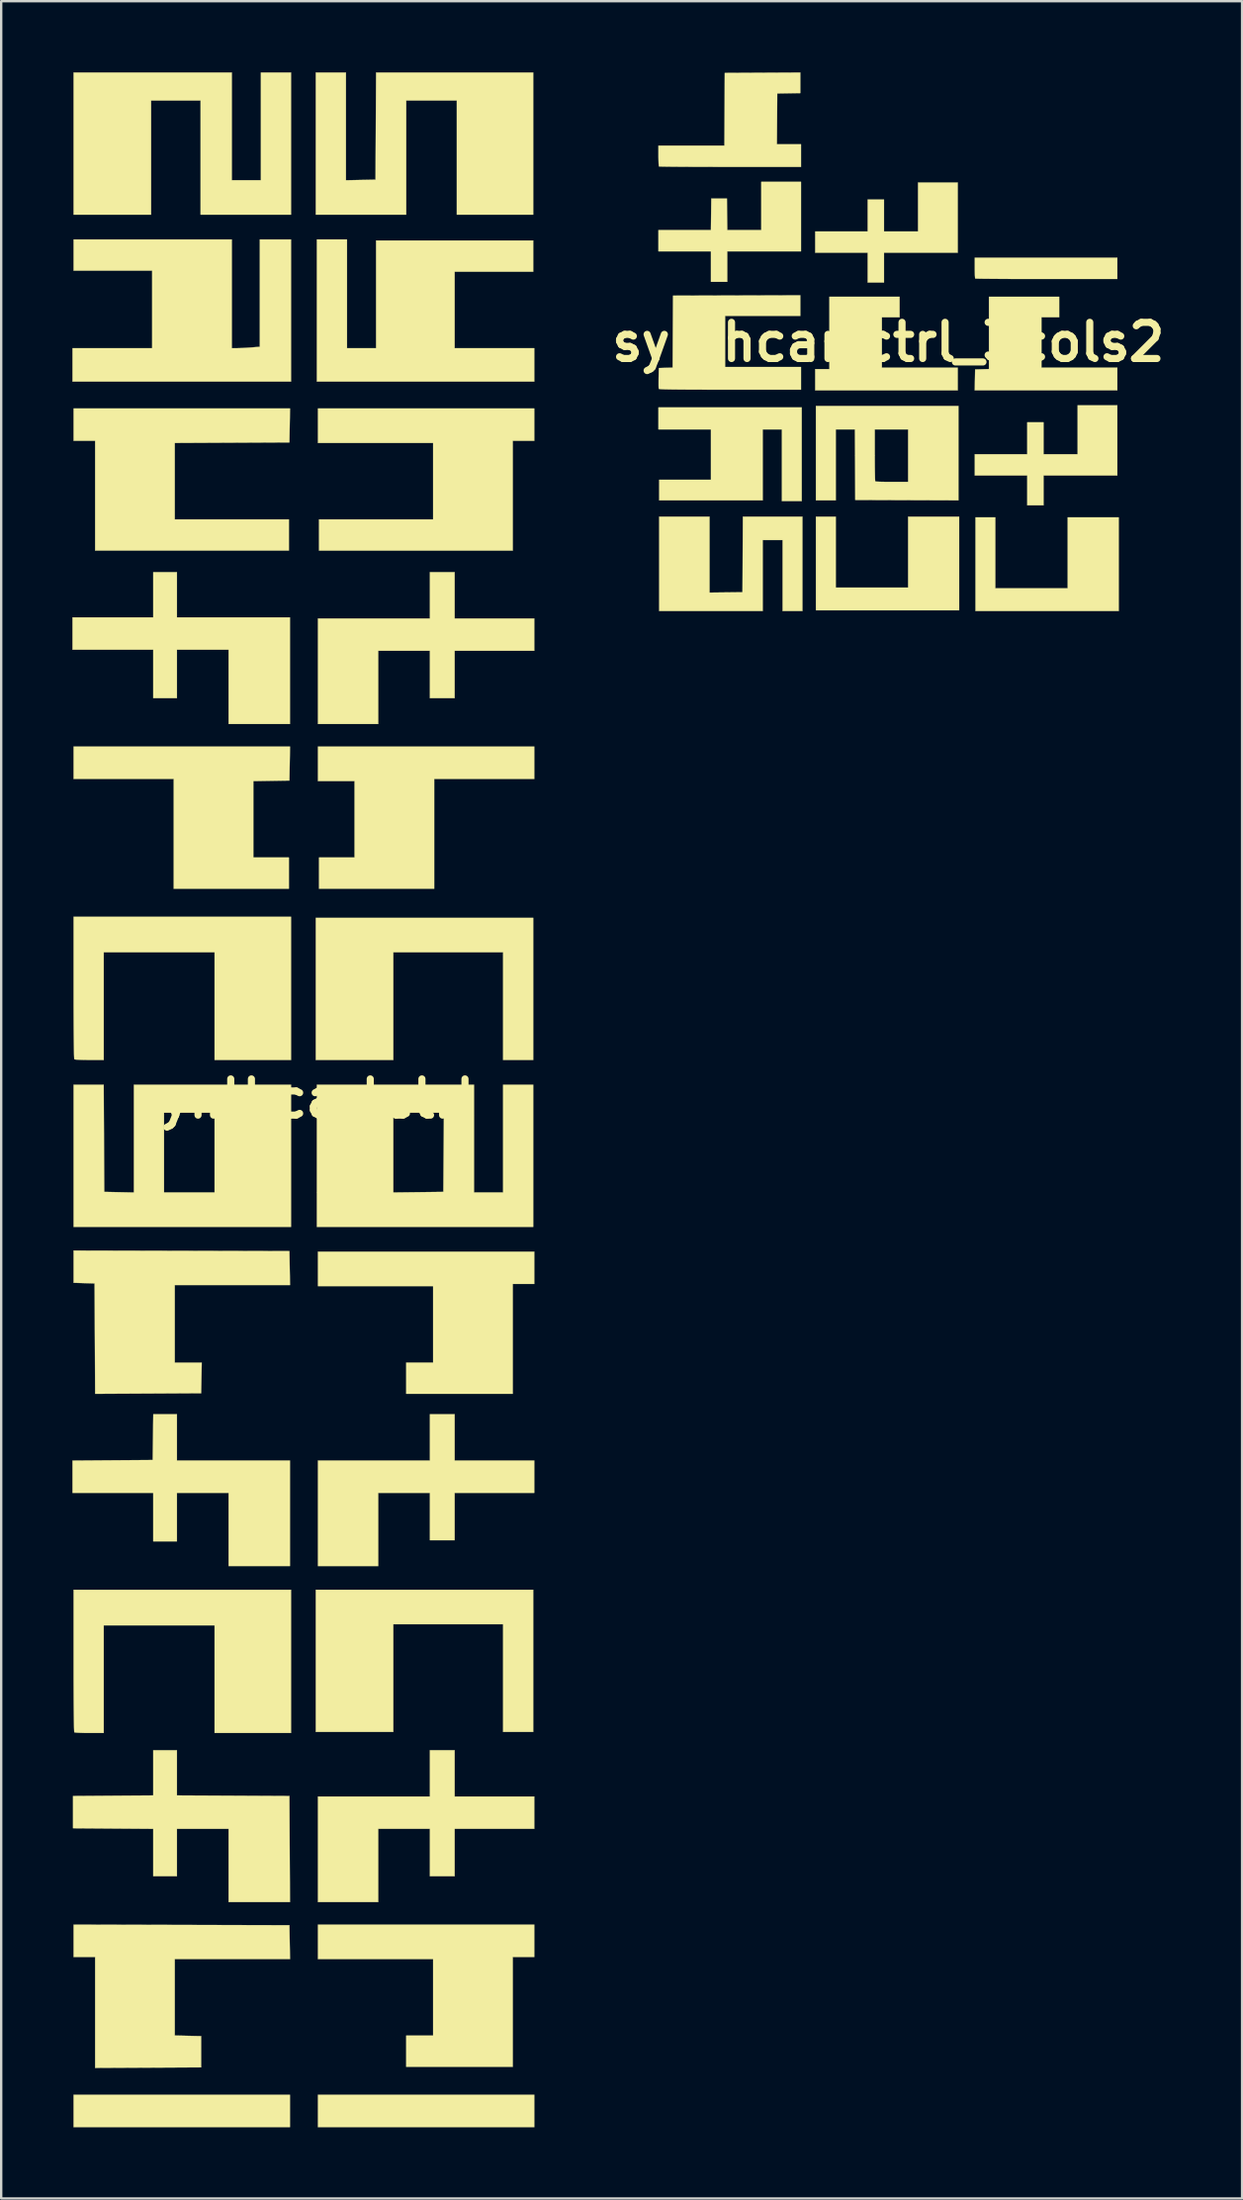
<source format=kicad_pcb>
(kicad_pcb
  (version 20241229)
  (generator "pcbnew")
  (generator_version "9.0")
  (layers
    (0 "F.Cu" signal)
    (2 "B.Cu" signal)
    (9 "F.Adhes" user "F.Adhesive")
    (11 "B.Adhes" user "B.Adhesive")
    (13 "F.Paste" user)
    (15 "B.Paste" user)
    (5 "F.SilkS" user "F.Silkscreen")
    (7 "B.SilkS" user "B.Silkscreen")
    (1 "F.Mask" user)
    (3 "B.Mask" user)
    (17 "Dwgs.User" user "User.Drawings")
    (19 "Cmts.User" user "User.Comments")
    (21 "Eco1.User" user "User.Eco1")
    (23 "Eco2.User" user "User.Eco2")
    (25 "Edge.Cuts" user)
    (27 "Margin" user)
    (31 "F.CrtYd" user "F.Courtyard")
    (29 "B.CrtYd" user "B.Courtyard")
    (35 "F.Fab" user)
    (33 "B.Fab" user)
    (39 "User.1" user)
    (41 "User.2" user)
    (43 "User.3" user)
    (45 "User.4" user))
  (footprint "synthcartctrl"
    (layer "F.Cu")
    (at 9.757 43.23)
    (property "Reference" "synthcartctrl" (at 0 0 0) (layer "F.SilkS") (effects (font (size 1.524 1.524) (thickness 0.3))))
    (attr through_hole)
    (fp_poly (pts (xy -0.59 43.316) (xy -9.706 43.316) (xy -9.706 41.955) (xy -0.59 41.955) (xy -0.59 43.316)) (stroke (width 0.01) (type solid)) (fill yes) (layer "F.SilkS"))
    (fp_poly (pts (xy 9.706 43.316) (xy 0.59 43.316) (xy 0.59 41.955) (xy 9.706 41.955) (xy 9.706 43.316)) (stroke (width 0.01) (type solid)) (fill yes) (layer "F.SilkS"))
    (fp_poly (pts (xy 9.661 -1.633) (xy 8.391 -1.633) (xy 8.391 -6.169) (xy 3.765 -6.169) (xy 3.765 -1.633) (xy 0.499 -1.633) (xy 0.499 -7.62) (xy 9.661 -7.62) (xy 9.661 -1.633)) (stroke (width 0.01) (type solid)) (fill yes) (layer "F.SilkS"))
    (fp_poly (pts (xy 9.661 26.67) (xy 8.391 26.67) (xy 8.391 22.134) (xy 3.765 22.134) (xy 3.765 26.67) (xy 0.499 26.67) (xy 0.499 20.683) (xy 9.661 20.683) (xy 9.661 26.67)) (stroke (width 0.01) (type solid)) (fill yes) (layer "F.SilkS"))
    (fp_poly (pts (xy -0.612 -27.645) (xy -5.443 -27.622) (xy -5.443 -24.402) (xy -0.635 -24.402) (xy -0.635 -23.087) (xy -8.799 -23.087) (xy -8.799 -27.713) (xy -9.706 -27.713) (xy -9.706 -29.074) (xy -0.587 -29.074) (xy -0.612 -27.645)) (stroke (width 0.01) (type solid)) (fill yes) (layer "F.SilkS"))
    (fp_poly (pts (xy -0.612 -13.403) (xy -2.132 -13.378) (xy -2.132 -10.16) (xy -0.635 -10.16) (xy -0.635 -8.845) (xy -5.488 -8.845) (xy -5.488 -13.471) (xy -9.706 -13.471) (xy -9.706 -14.832) (xy -0.587 -14.832) (xy -0.612 -13.403)) (stroke (width 0.01) (type solid)) (fill yes) (layer "F.SilkS"))
    (fp_poly (pts (xy 9.706 -27.713) (xy 8.799 -27.713) (xy 8.799 -23.087) (xy 0.635 -23.087) (xy 0.635 -24.402) (xy 5.443 -24.402) (xy 5.443 -27.622) (xy 0.59 -27.622) (xy 0.59 -29.074) (xy 9.706 -29.074) (xy 9.706 -27.713)) (stroke (width 0.01) (type solid)) (fill yes) (layer "F.SilkS"))
    (fp_poly (pts (xy 9.706 -13.471) (xy 5.488 -13.471) (xy 5.488 -8.845) (xy 0.635 -8.845) (xy 0.635 -10.16) (xy 2.132 -10.16) (xy 2.132 -13.38) (xy 0.59 -13.38) (xy 0.59 -14.832) (xy 9.706 -14.832) (xy 9.706 -13.471)) (stroke (width 0.01) (type solid)) (fill yes) (layer "F.SilkS"))
    (fp_poly (pts (xy 9.706 7.801) (xy 8.799 7.801) (xy 8.799 12.428) (xy 4.309 12.428) (xy 4.309 11.113) (xy 5.443 11.113) (xy 5.443 7.892) (xy 0.59 7.892) (xy 0.59 6.441) (xy 9.706 6.441) (xy 9.706 7.801)) (stroke (width 0.01) (type solid)) (fill yes) (layer "F.SilkS"))
    (fp_poly (pts (xy 9.706 36.15) (xy 8.799 36.15) (xy 8.799 40.776) (xy 4.309 40.776) (xy 4.309 39.461) (xy 5.443 39.461) (xy 5.443 36.24) (xy 0.59 36.24) (xy 0.59 34.789) (xy 9.706 34.789) (xy 9.706 36.15)) (stroke (width 0.01) (type solid)) (fill yes) (layer "F.SilkS"))
    (fp_poly (pts (xy -3.039 -38.69) (xy -1.814 -38.69) (xy -1.814 -43.225) (xy -0.544 -43.225) (xy -0.544 -37.238) (xy -4.354 -37.238) (xy -4.354 -42.046) (xy -6.441 -42.046) (xy -6.441 -37.238) (xy -9.706 -37.238) (xy -9.706 -43.225) (xy -3.039 -43.225) (xy -3.039 -38.69)) (stroke (width 0.01) (type solid)) (fill yes) (layer "F.SilkS"))
    (fp_poly (pts (xy 1.814 -31.614) (xy 3.039 -31.614) (xy 3.039 -36.15) (xy 9.661 -36.15) (xy 9.661 -34.834) (xy 6.35 -34.834) (xy 6.35 -31.614) (xy 9.706 -31.614) (xy 9.706 -30.208) (xy 0.544 -30.208) (xy 0.544 -36.195) (xy 1.814 -36.195) (xy 1.814 -31.614)) (stroke (width 0.01) (type solid)) (fill yes) (layer "F.SilkS"))
    (fp_poly (pts (xy -5.159 6.406) (xy -0.612 6.418) (xy -0.587 7.847) (xy -5.443 7.847) (xy -5.443 11.113) (xy -4.306 11.113) (xy -4.319 11.759) (xy -4.332 12.405) (xy -8.798 12.429) (xy -8.81 10.104) (xy -8.822 7.779) (xy -9.706 7.753) (xy -9.706 6.395) (xy -5.159 6.406)) (stroke (width 0.01) (type solid)) (fill yes) (layer "F.SilkS"))
    (fp_poly (pts (xy -5.159 34.8) (xy -0.612 34.812) (xy -0.587 36.24) (xy -5.443 36.24) (xy -5.443 39.458) (xy -4.887 39.471) (xy -4.332 39.483) (xy -4.332 40.799) (xy -6.565 40.811) (xy -8.799 40.822) (xy -8.799 36.15) (xy -9.706 36.15) (xy -9.706 34.788) (xy -5.159 34.8)) (stroke (width 0.01) (type solid)) (fill yes) (layer "F.SilkS"))
    (fp_poly (pts (xy 1.769 -38.687) (xy 2.393 -38.7) (xy 3.016 -38.712) (xy 3.04 -43.225) (xy 9.661 -43.225) (xy 9.661 -37.238) (xy 6.441 -37.238) (xy 6.441 -42.046) (xy 4.309 -42.046) (xy 4.309 -37.238) (xy 0.499 -37.238) (xy 0.499 -43.225) (xy 1.769 -43.225) (xy 1.769 -38.687)) (stroke (width 0.01) (type solid)) (fill yes) (layer "F.SilkS"))
    (fp_poly (pts (xy -5.352 -20.275) (xy -0.59 -20.275) (xy -0.59 -15.784) (xy -3.175 -15.784) (xy -3.175 -18.914) (xy -5.352 -18.914) (xy -5.352 -16.873) (xy -6.35 -16.873) (xy -6.35 -18.914) (xy -9.752 -18.914) (xy -9.752 -20.275) (xy -6.35 -20.275) (xy -6.35 -22.18) (xy -5.352 -22.18) (xy -5.352 -20.275)) (stroke (width 0.01) (type solid)) (fill yes) (layer "F.SilkS"))
    (fp_poly (pts (xy 6.35 -20.229) (xy 9.706 -20.229) (xy 9.706 -18.869) (xy 6.35 -18.869) (xy 6.35 -16.873) (xy 5.307 -16.873) (xy 5.307 -18.869) (xy 3.13 -18.869) (xy 3.13 -15.784) (xy 0.59 -15.784) (xy 0.59 -20.229) (xy 5.307 -20.229) (xy 5.307 -22.18) (xy 6.35 -22.18) (xy 6.35 -20.229)) (stroke (width 0.01) (type solid)) (fill yes) (layer "F.SilkS"))
    (fp_poly (pts (xy 6.35 15.24) (xy 9.706 15.24) (xy 9.706 16.601) (xy 6.35 16.601) (xy 6.35 18.596) (xy 5.307 18.596) (xy 5.307 16.601) (xy 3.13 16.601) (xy 3.13 19.685) (xy 0.59 19.685) (xy 0.59 15.24) (xy 5.307 15.24) (xy 5.307 13.29) (xy 6.35 13.29) (xy 6.35 15.24)) (stroke (width 0.01) (type solid)) (fill yes) (layer "F.SilkS"))
    (fp_poly (pts (xy 6.35 29.391) (xy 9.706 29.391) (xy 9.706 30.752) (xy 6.35 30.752) (xy 6.35 32.748) (xy 5.307 32.748) (xy 5.307 30.752) (xy 3.13 30.752) (xy 3.13 33.836) (xy 0.59 33.836) (xy 0.59 29.391) (xy 5.307 29.391) (xy 5.307 27.441) (xy 6.35 27.441) (xy 6.35 29.391)) (stroke (width 0.01) (type solid)) (fill yes) (layer "F.SilkS"))
    (fp_poly (pts (xy -5.352 15.24) (xy -0.59 15.24) (xy -0.59 19.685) (xy -3.175 19.685) (xy -3.175 16.601) (xy -5.352 16.601) (xy -5.352 18.642) (xy -6.35 18.642) (xy -6.35 16.601) (xy -9.752 16.601) (xy -9.752 15.241) (xy -8.062 15.229) (xy -6.373 15.217) (xy -6.348 13.29) (xy -5.352 13.29) (xy -5.352 15.24)) (stroke (width 0.01) (type solid)) (fill yes) (layer "F.SilkS"))
    (fp_poly (pts (xy -8.426 1.667) (xy -8.414 3.923) (xy -7.166 3.949) (xy -7.166 0.59) (xy -5.896 0.59) (xy -5.896 3.946) (xy -3.765 3.946) (xy -3.765 0.59) (xy -5.896 0.59) (xy -7.166 0.59) (xy -7.166 -0.59) (xy -0.544 -0.59) (xy -0.544 5.397) (xy -9.706 5.397) (xy -9.706 -0.59) (xy -8.437 -0.59) (xy -8.426 1.667)) (stroke (width 0.01) (type solid)) (fill yes) (layer "F.SilkS"))
    (fp_poly (pts (xy 7.166 3.946) (xy 8.391 3.946) (xy 8.391 -0.59) (xy 9.661 -0.59) (xy 9.661 5.397) (xy 0.544 5.397) (xy 0.544 0.59) (xy 3.765 0.59) (xy 3.765 3.948) (xy 4.819 3.936) (xy 5.874 3.923) (xy 5.898 0.59) (xy 3.765 0.59) (xy 0.544 0.59) (xy 0.544 -0.59) (xy 7.166 -0.59) (xy 7.166 3.946)) (stroke (width 0.01) (type solid)) (fill yes) (layer "F.SilkS"))
    (fp_poly (pts (xy -5.352 29.345) (xy -0.612 29.369) (xy -0.601 31.603) (xy -0.589 33.836) (xy -3.175 33.836) (xy -3.175 30.752) (xy -5.352 30.752) (xy -5.352 32.748) (xy -6.35 32.748) (xy -6.35 30.753) (xy -8.04 30.741) (xy -9.729 30.729) (xy -9.729 29.369) (xy -8.04 29.357) (xy -6.35 29.345) (xy -6.35 27.441) (xy -5.352 27.441) (xy -5.352 29.345)) (stroke (width 0.01) (type solid)) (fill yes) (layer "F.SilkS"))
    (fp_poly (pts (xy -3.039 -31.614) (xy -2.823 -31.614) (xy -2.671 -31.618) (xy -2.469 -31.628) (xy -2.258 -31.642) (xy -2.234 -31.644) (xy -1.86 -31.673) (xy -1.86 -36.195) (xy -0.544 -36.195) (xy -0.544 -30.208) (xy -9.752 -30.208) (xy -9.752 -31.614) (xy -6.395 -31.614) (xy -6.395 -34.88) (xy -9.706 -34.88) (xy -9.706 -36.195) (xy -3.039 -36.195) (xy -3.039 -31.614)) (stroke (width 0.01) (type solid)) (fill yes) (layer "F.SilkS"))
    (fp_poly (pts (xy -0.544 -1.633) (xy -3.765 -1.633) (xy -3.765 -6.169) (xy -8.436 -6.169) (xy -8.436 -1.633) (xy -9.041 -1.633) (xy -9.267 -1.635) (xy -9.459 -1.641) (xy -9.6 -1.65) (xy -9.671 -1.661) (xy -9.676 -1.663) (xy -9.681 -1.712) (xy -9.686 -1.845) (xy -9.691 -2.053) (xy -9.695 -2.329) (xy -9.699 -2.665) (xy -9.702 -3.055) (xy -9.704 -3.489) (xy -9.706 -3.961) (xy -9.706 -4.463) (xy -9.706 -4.679) (xy -9.706 -7.665) (xy -0.544 -7.665) (xy -0.544 -1.633)) (stroke (width 0.01) (type solid)) (fill yes) (layer "F.SilkS"))
    (fp_poly (pts (xy -0.544 26.715) (xy -3.765 26.715) (xy -3.765 22.18) (xy -8.436 22.18) (xy -8.436 26.715) (xy -9.041 26.715) (xy -9.267 26.713) (xy -9.459 26.707) (xy -9.6 26.699) (xy -9.671 26.688) (xy -9.676 26.685) (xy -9.681 26.636) (xy -9.686 26.503) (xy -9.691 26.295) (xy -9.695 26.019) (xy -9.699 25.683) (xy -9.702 25.294) (xy -9.704 24.859) (xy -9.706 24.387) (xy -9.706 23.885) (xy -9.706 23.669) (xy -9.706 20.683) (xy -0.544 20.683) (xy -0.544 26.715)) (stroke (width 0.01) (type solid)) (fill yes) (layer "F.SilkS")))
  (footprint "synthcartctrl_3cols2"
    (layer "F.Cu")
    (at 34.377 11.361)
    (property "Reference" "synthcartctrl_3cols2" (at 0 0 0) (layer "F.SilkS") (effects (font (size 1.524 1.524) (thickness 0.3))))
    (attr through_hole)
    (fp_poly (pts (xy -2.211 10.339) (xy 0.837 10.339) (xy 0.837 7.351) (xy 2.988 7.351) (xy 2.988 11.296) (xy -3.048 11.296) (xy -3.048 7.351) (xy -2.211 7.351) (xy -2.211 10.339)) (stroke (width 0.01) (type solid)) (fill yes) (layer "F.SilkS"))
    (fp_poly (pts (xy 4.512 10.369) (xy 7.56 10.369) (xy 7.56 7.381) (xy 9.712 7.381) (xy 9.712 11.325) (xy 3.676 11.325) (xy 3.676 7.381) (xy 4.512 7.381) (xy 4.512 10.369)) (stroke (width 0.01) (type solid)) (fill yes) (layer "F.SilkS"))
    (fp_poly (pts (xy 0.478 -1.046) (xy -0.269 -1.046) (xy -0.269 1.076) (xy 2.928 1.076) (xy 2.928 2.032) (xy -3.078 2.032) (xy -3.078 1.136) (xy -2.48 1.136) (xy -2.48 -1.912) (xy 0.478 -1.912) (xy 0.478 -1.046)) (stroke (width 0.01) (type solid)) (fill yes) (layer "F.SilkS"))
    (fp_poly (pts (xy 7.202 -1.046) (xy 6.455 -1.046) (xy 6.455 1.076) (xy 9.652 1.076) (xy 9.652 2.032) (xy 3.644 2.032) (xy 3.661 1.15) (xy 3.952 1.142) (xy 4.243 1.133) (xy 4.243 -1.912) (xy 7.202 -1.912) (xy 7.202 -1.046)) (stroke (width 0.01) (type solid)) (fill yes) (layer "F.SilkS"))
    (fp_poly (pts (xy -3.646 6.694) (xy -4.482 6.694) (xy -4.482 3.676) (xy -5.289 3.676) (xy -5.289 6.664) (xy -9.652 6.664) (xy -9.652 5.797) (xy -7.471 5.797) (xy -7.471 3.676) (xy -9.682 3.676) (xy -9.682 2.749) (xy -3.646 2.749) (xy -3.646 6.694)) (stroke (width 0.01) (type solid)) (fill yes) (layer "F.SilkS"))
    (fp_poly (pts (xy -7.53 10.55) (xy -6.836 10.542) (xy -6.141 10.534) (xy -6.133 8.942) (xy -6.125 7.351) (xy -3.616 7.351) (xy -3.616 11.325) (xy -4.452 11.325) (xy -4.452 8.337) (xy -5.289 8.337) (xy -5.289 11.325) (xy -9.652 11.325) (xy -9.652 7.351) (xy -7.53 7.351) (xy -7.53 10.55)) (stroke (width 0.01) (type solid)) (fill yes) (layer "F.SilkS"))
    (fp_poly (pts (xy 2.928 -3.765) (xy -0.179 -3.765) (xy -0.179 -2.51) (xy -0.867 -2.51) (xy -0.867 -3.765) (xy -3.078 -3.765) (xy -3.078 -4.662) (xy -0.867 -4.662) (xy -0.867 -6.006) (xy -0.179 -6.006) (xy -0.179 -4.662) (xy 1.255 -4.662) (xy 1.255 -6.724) (xy 2.928 -6.724) (xy 2.928 -3.765)) (stroke (width 0.01) (type solid)) (fill yes) (layer "F.SilkS"))
    (fp_poly (pts (xy 9.652 5.618) (xy 6.544 5.618) (xy 6.544 6.873) (xy 5.857 6.873) (xy 5.857 5.618) (xy 3.646 5.618) (xy 3.646 4.721) (xy 5.857 4.721) (xy 5.857 3.377) (xy 6.544 3.377) (xy 6.544 4.721) (xy 7.979 4.721) (xy 7.979 2.66) (xy 9.652 2.66) (xy 9.652 5.618)) (stroke (width 0.01) (type solid)) (fill yes) (layer "F.SilkS"))
    (fp_poly (pts (xy -3.676 -3.825) (xy -6.783 -3.825) (xy -6.783 -2.54) (xy -7.471 -2.54) (xy -7.471 -3.825) (xy -9.682 -3.825) (xy -9.682 -4.721) (xy -7.472 -4.721) (xy -7.464 -5.386) (xy -7.456 -6.051) (xy -6.798 -6.051) (xy -6.79 -5.386) (xy -6.782 -4.721) (xy -5.349 -4.721) (xy -5.349 -6.753) (xy -3.676 -6.753) (xy -3.676 -3.825)) (stroke (width 0.01) (type solid)) (fill yes) (layer "F.SilkS"))
    (fp_poly (pts (xy 9.652 -2.66) (xy 6.669 -2.66) (xy 6.252 -2.66) (xy 5.851 -2.66) (xy 5.472 -2.661) (xy 5.118 -2.662) (xy 4.793 -2.664) (xy 4.5 -2.666) (xy 4.246 -2.668) (xy 4.032 -2.67) (xy 3.863 -2.672) (xy 3.744 -2.675) (xy 3.678 -2.678) (xy 3.666 -2.679) (xy 3.658 -2.715) (xy 3.652 -2.799) (xy 3.648 -2.92) (xy 3.646 -3.068) (xy 3.646 -3.128) (xy 3.646 -3.556) (xy 9.652 -3.556) (xy 9.652 -2.66)) (stroke (width 0.01) (type solid)) (fill yes) (layer "F.SilkS"))
    (fp_poly (pts (xy 2.958 6.664) (xy -1.39 6.649) (xy -1.397 5.162) (xy -1.405 3.676) (xy -0.568 3.676) (xy -0.568 4.761) (xy -0.567 5.01) (xy -0.566 5.24) (xy -0.563 5.445) (xy -0.56 5.616) (xy -0.557 5.748) (xy -0.552 5.834) (xy -0.548 5.867) (xy -0.513 5.873) (xy -0.428 5.878) (xy -0.3 5.882) (xy -0.139 5.885) (xy 0.048 5.887) (xy 0.154 5.887) (xy 0.837 5.887) (xy 0.837 3.676) (xy -0.568 3.676) (xy -1.405 3.676) (xy -2.211 3.676) (xy -2.211 6.664) (xy -3.048 6.664) (xy -3.048 2.689) (xy 2.958 2.689) (xy 2.958 6.664)) (stroke (width 0.01) (type solid)) (fill yes) (layer "F.SilkS"))
    (fp_poly (pts (xy -3.705 -10.49) (xy -4.677 -10.474) (xy -4.692 -8.337) (xy -3.676 -8.337) (xy -3.676 -7.381) (xy -6.659 -7.381) (xy -7.076 -7.381) (xy -7.476 -7.382) (xy -7.856 -7.383) (xy -8.21 -7.384) (xy -8.535 -7.385) (xy -8.827 -7.387) (xy -9.082 -7.389) (xy -9.296 -7.391) (xy -9.464 -7.394) (xy -9.584 -7.396) (xy -9.65 -7.399) (xy -9.662 -7.401) (xy -9.669 -7.436) (xy -9.675 -7.52) (xy -9.679 -7.642) (xy -9.682 -7.789) (xy -9.682 -7.849) (xy -9.682 -8.277) (xy -6.903 -8.277) (xy -6.896 -9.809) (xy -6.888 -11.34) (xy -5.297 -11.348) (xy -3.705 -11.356) (xy -3.705 -10.49)) (stroke (width 0.01) (type solid)) (fill yes) (layer "F.SilkS"))
    (fp_poly (pts (xy -3.705 -1.106) (xy -6.873 -1.106) (xy -6.873 1.046) (xy -3.676 1.046) (xy -3.676 2.002) (xy -6.665 2.002) (xy -7.168 2.002) (xy -7.615 2.002) (xy -8.008 2.001) (xy -8.351 2) (xy -8.646 1.998) (xy -8.896 1.996) (xy -9.105 1.994) (xy -9.276 1.991) (xy -9.412 1.988) (xy -9.515 1.984) (xy -9.59 1.979) (xy -9.638 1.974) (xy -9.663 1.968) (xy -9.669 1.963) (xy -9.674 1.921) (xy -9.677 1.83) (xy -9.677 1.704) (xy -9.676 1.555) (xy -9.675 1.508) (xy -9.667 1.091) (xy -9.376 1.082) (xy -9.085 1.074) (xy -9.077 -0.442) (xy -9.069 -1.957) (xy -6.387 -1.965) (xy -3.705 -1.973) (xy -3.705 -1.106)) (stroke (width 0.01) (type solid)) (fill yes) (layer "F.SilkS")))
  (gr_rect
    (start -3 -3)
    (end 49.286 89.551)
    (stroke (width 0.1) (type default))
    (fill no)
    (layer "Edge.Cuts")))
</source>
